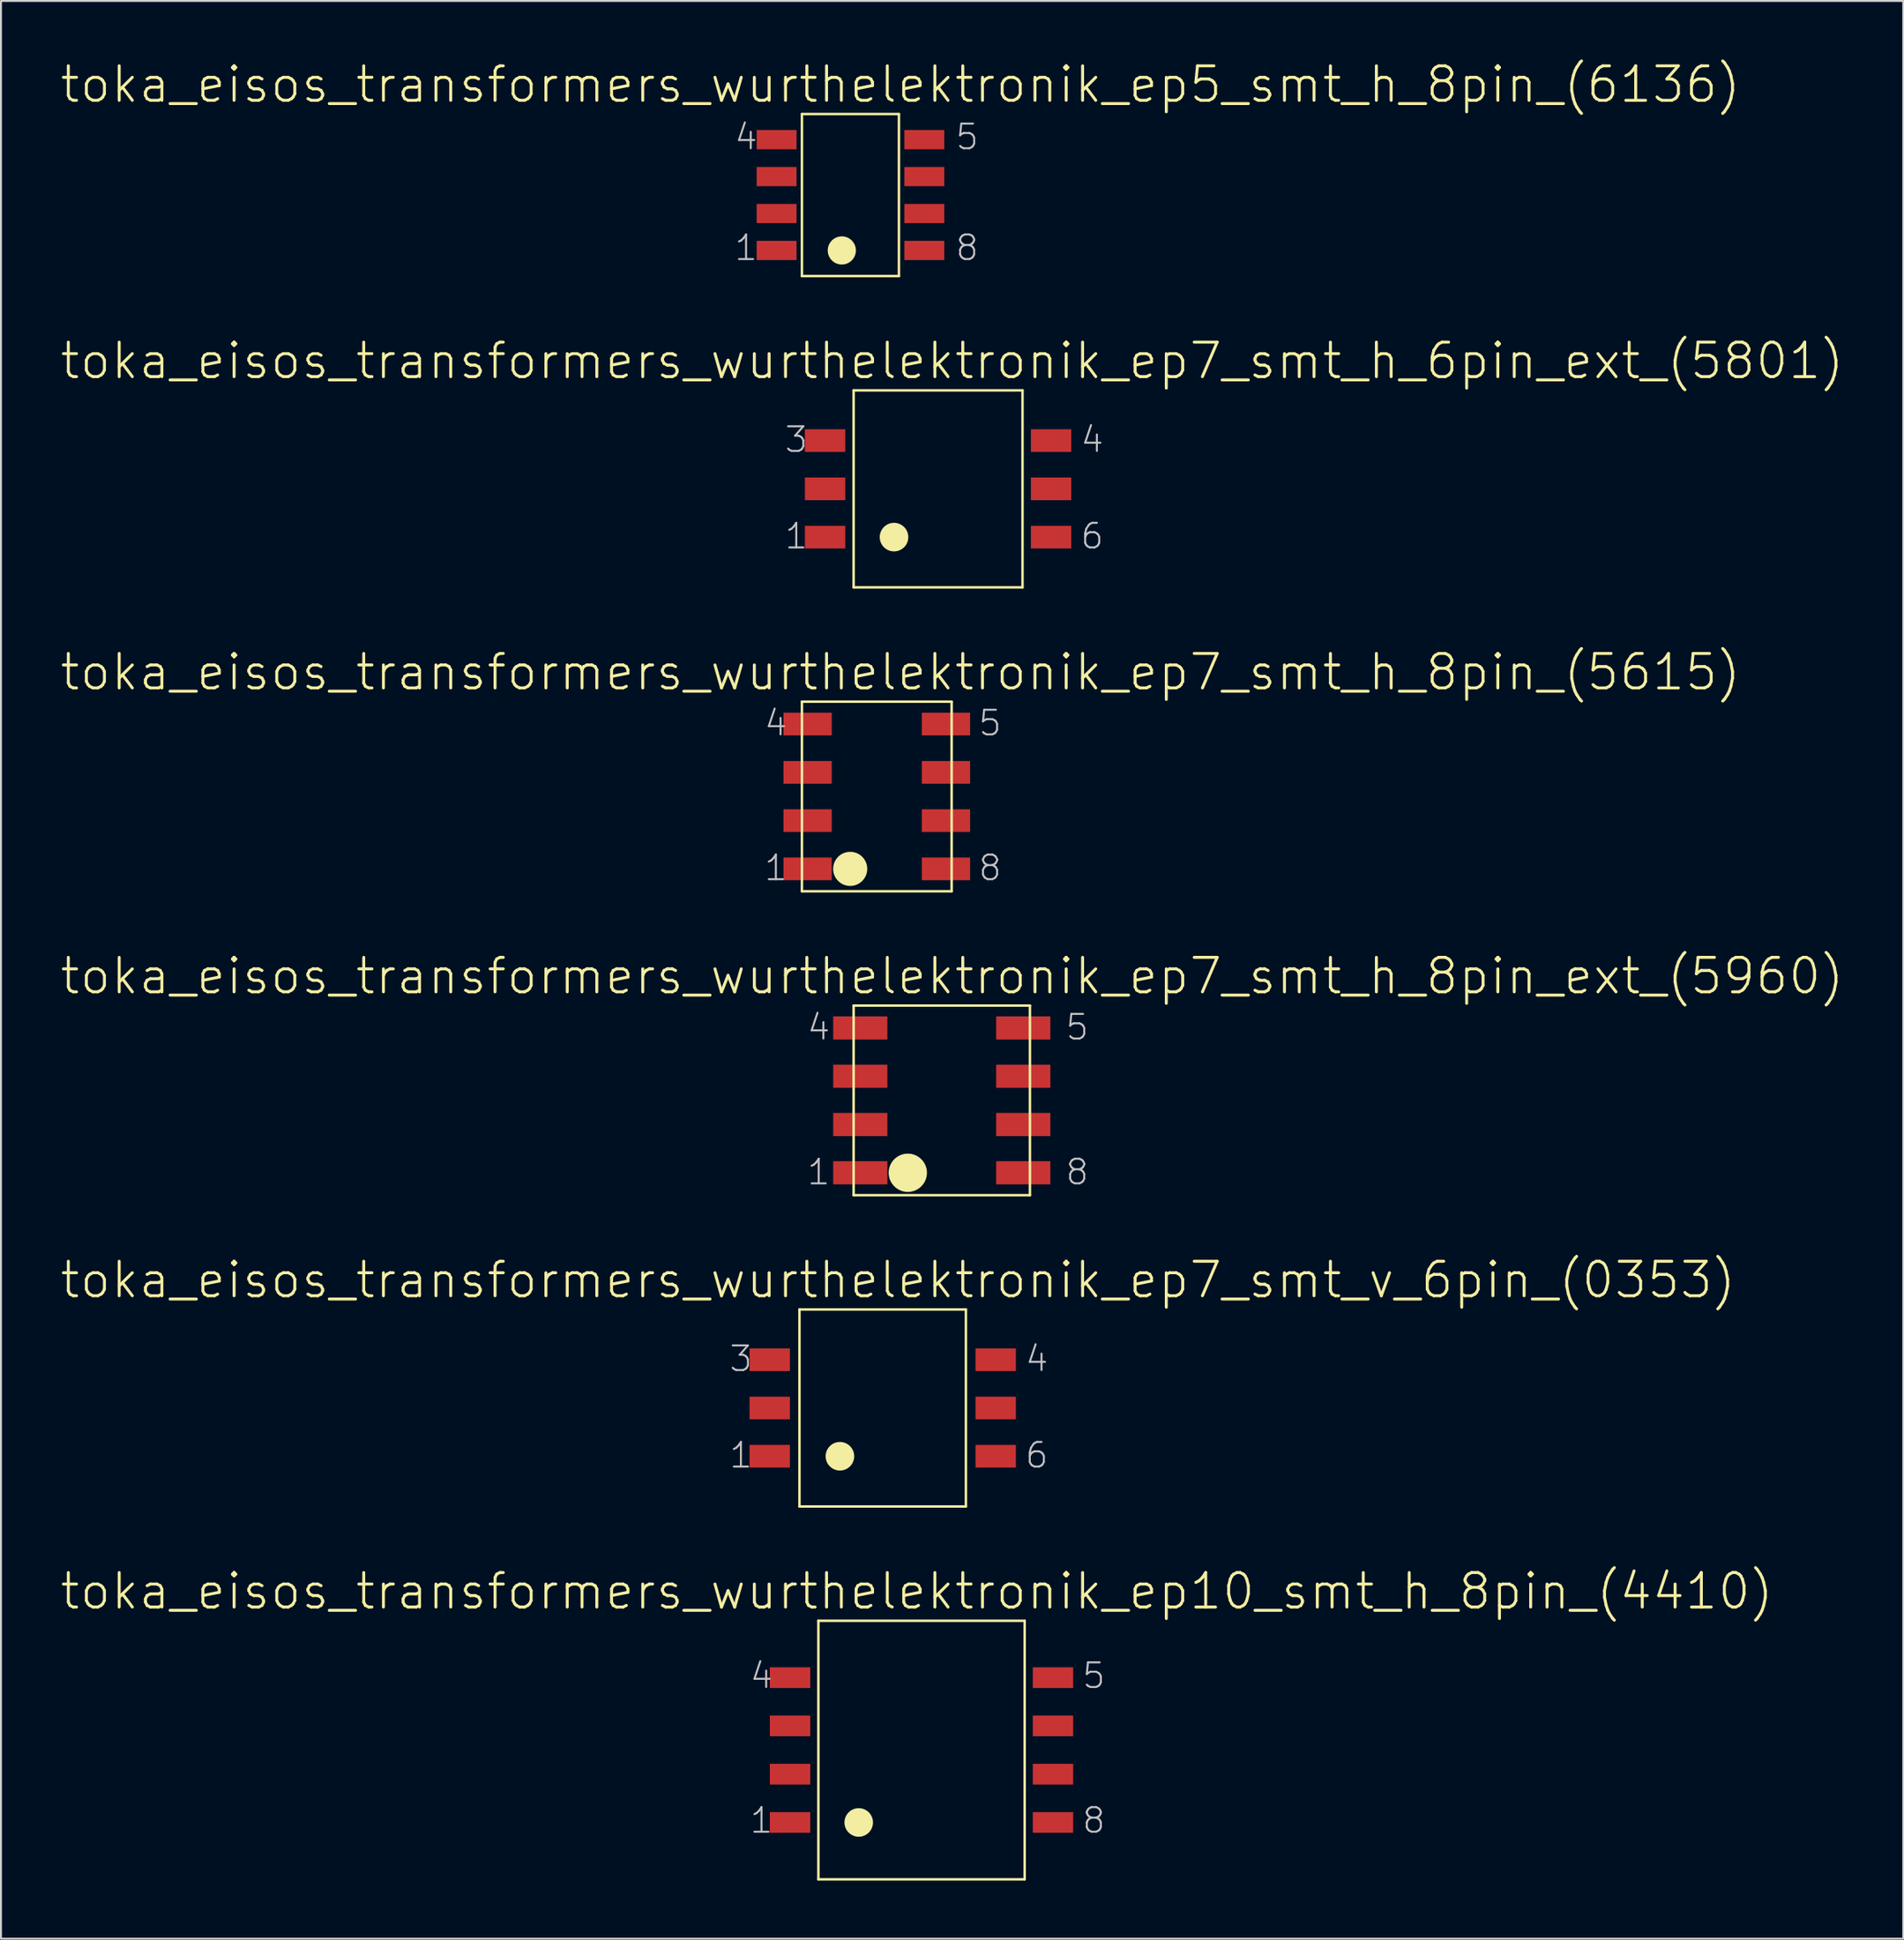
<source format=kicad_pcb>
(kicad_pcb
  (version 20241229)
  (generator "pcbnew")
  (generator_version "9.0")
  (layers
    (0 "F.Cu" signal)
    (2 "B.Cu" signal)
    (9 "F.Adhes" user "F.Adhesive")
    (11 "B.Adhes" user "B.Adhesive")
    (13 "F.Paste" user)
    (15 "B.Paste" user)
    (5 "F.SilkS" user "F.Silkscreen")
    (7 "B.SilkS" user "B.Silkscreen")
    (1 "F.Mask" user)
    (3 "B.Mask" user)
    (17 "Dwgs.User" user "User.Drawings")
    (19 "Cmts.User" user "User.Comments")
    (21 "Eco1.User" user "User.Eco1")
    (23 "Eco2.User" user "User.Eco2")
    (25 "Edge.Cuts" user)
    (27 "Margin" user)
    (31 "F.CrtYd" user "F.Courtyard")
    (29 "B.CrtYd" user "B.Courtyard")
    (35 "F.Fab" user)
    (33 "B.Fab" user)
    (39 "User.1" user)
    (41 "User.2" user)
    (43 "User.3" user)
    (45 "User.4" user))
  (footprint "toka_eisos_transformers_wurthelektronik_ep7_smt_h_8pin_(5615)"
    (layer "F.Cu")
    (at 42.181 38.028)
    (property "Reference" "toka_eisos_transformers_wurthelektronik_ep7_smt_h_8pin_(5615)" (at 1.219 -6.413 0) (layer "F.SilkS") (effects (font (size 1.778 1.778) (thickness 0.152))))
    (attr smd)
    (fp_line (start -3.861 -4.889) (end -3.861 4.889) (stroke (width 0.127) (type solid)) (layer "F.SilkS"))
    (fp_line (start -3.861 -4.889) (end 3.861 -4.889) (stroke (width 0.127) (type solid)) (layer "F.SilkS"))
    (fp_line (start -3.861 4.889) (end 3.861 4.889) (stroke (width 0.127) (type solid)) (layer "F.SilkS"))
    (fp_line (start 3.861 -4.889) (end 3.861 4.889) (stroke (width 0.127) (type solid)) (layer "F.SilkS"))
    (fp_circle (center -1.372 3.734) (end -1.994 4.356) (stroke (width 0) (type solid)) (fill yes) (layer "F.SilkS"))
    (fp_text user "8" (at 5.842 3.683 0) (layer "Dwgs.User") (effects (font (size 1.27 1.27) (thickness 0.102))))
    (fp_text user "1" (at -5.207 3.683 0) (layer "Dwgs.User") (effects (font (size 1.27 1.27) (thickness 0.102))))
    (fp_text user "4" (at -5.207 -3.785 0) (layer "Dwgs.User") (effects (font (size 1.27 1.27) (thickness 0.102))))
    (fp_text user "5" (at 5.842 -3.785 0) (layer "Dwgs.User") (effects (font (size 1.27 1.27) (thickness 0.102))))
    (pad "1" smd rect (at -3.569 3.734) (size 2.489 1.168) (layers "F.Cu" "F.Mask" "F.Paste"))
    (pad "2" smd rect (at -3.569 1.245) (size 2.489 1.168) (layers "F.Cu" "F.Mask" "F.Paste"))
    (pad "3" smd rect (at -3.569 -1.245) (size 2.489 1.168) (layers "F.Cu" "F.Mask" "F.Paste"))
    (pad "4" smd rect (at -3.569 -3.734) (size 2.489 1.168) (layers "F.Cu" "F.Mask" "F.Paste"))
    (pad "5" smd rect (at 3.569 -3.734) (size 2.489 1.168) (layers "F.Cu" "F.Mask" "F.Paste"))
    (pad "6" smd rect (at 3.569 -1.245) (size 2.489 1.168) (layers "F.Cu" "F.Mask" "F.Paste"))
    (pad "7" smd rect (at 3.569 1.245) (size 2.489 1.168) (layers "F.Cu" "F.Mask" "F.Paste"))
    (pad "8" smd rect (at 3.569 3.734) (size 2.489 1.168) (layers "F.Cu" "F.Mask" "F.Paste")))
  (footprint "toka_eisos_transformers_wurthelektronik_ep7_smt_h_8pin_ext_(5960)"
    (layer "F.Cu")
    (at 45.534 53.702)
    (property "Reference" "toka_eisos_transformers_wurthelektronik_ep7_smt_h_8pin_ext_(5960)" (at 0.533 -6.413 0) (layer "F.SilkS") (effects (font (size 1.778 1.778) (thickness 0.152))))
    (attr smd)
    (fp_line (start -4.547 -4.889) (end -4.547 4.889) (stroke (width 0.127) (type solid)) (layer "F.SilkS"))
    (fp_line (start -4.547 -4.889) (end 4.547 -4.889) (stroke (width 0.127) (type solid)) (layer "F.SilkS"))
    (fp_line (start -4.547 4.889) (end 4.547 4.889) (stroke (width 0.127) (type solid)) (layer "F.SilkS"))
    (fp_line (start 4.547 -4.889) (end 4.547 4.889) (stroke (width 0.127) (type solid)) (layer "F.SilkS"))
    (fp_circle (center -1.753 3.734) (end -2.451 4.432) (stroke (width 0) (type solid)) (fill yes) (layer "F.SilkS"))
    (fp_text user "4" (at -6.35 -3.772 0) (layer "Dwgs.User") (effects (font (size 1.27 1.27) (thickness 0.102))))
    (fp_text user "8" (at 6.985 3.696 0) (layer "Dwgs.User") (effects (font (size 1.27 1.27) (thickness 0.102))))
    (fp_text user "1" (at -6.35 3.696 0) (layer "Dwgs.User") (effects (font (size 1.27 1.27) (thickness 0.102))))
    (fp_text user "5" (at 6.985 -3.772 0) (layer "Dwgs.User") (effects (font (size 1.27 1.27) (thickness 0.102))))
    (pad "1" smd rect (at -4.204 3.734) (size 2.794 1.194) (layers "F.Cu" "F.Mask" "F.Paste"))
    (pad "2" smd rect (at -4.204 1.245) (size 2.794 1.194) (layers "F.Cu" "F.Mask" "F.Paste"))
    (pad "3" smd rect (at -4.204 -1.245) (size 2.794 1.194) (layers "F.Cu" "F.Mask" "F.Paste"))
    (pad "4" smd rect (at -4.204 -3.734) (size 2.794 1.194) (layers "F.Cu" "F.Mask" "F.Paste"))
    (pad "5" smd rect (at 4.204 -3.734) (size 2.794 1.194) (layers "F.Cu" "F.Mask" "F.Paste"))
    (pad "6" smd rect (at 4.204 -1.245) (size 2.794 1.194) (layers "F.Cu" "F.Mask" "F.Paste"))
    (pad "7" smd rect (at 4.204 1.245) (size 2.794 1.194) (layers "F.Cu" "F.Mask" "F.Paste"))
    (pad "8" smd rect (at 4.204 3.734) (size 2.794 1.194) (layers "F.Cu" "F.Mask" "F.Paste")))
  (footprint "toka_eisos_transformers_wurthelektronik_ep7_smt_h_6pin_ext_(5801)"
    (layer "F.Cu")
    (at 45.343 22.163)
    (property "Reference" "toka_eisos_transformers_wurthelektronik_ep7_smt_h_6pin_ext_(5801)" (at 0.724 -6.604 0) (layer "F.SilkS") (effects (font (size 1.778 1.778) (thickness 0.152))))
    (attr smd)
    (fp_line (start -4.356 -5.08) (end -4.356 5.08) (stroke (width 0.127) (type solid)) (layer "F.SilkS"))
    (fp_line (start -4.356 -5.08) (end 4.356 -5.08) (stroke (width 0.127) (type solid)) (layer "F.SilkS"))
    (fp_line (start -4.356 5.08) (end 4.356 5.08) (stroke (width 0.127) (type solid)) (layer "F.SilkS"))
    (fp_line (start 4.356 -5.08) (end 4.356 5.08) (stroke (width 0.127) (type solid)) (layer "F.SilkS"))
    (fp_circle (center -2.273 2.489) (end -2.794 3.01) (stroke (width 0) (type solid)) (fill yes) (layer "F.SilkS"))
    (fp_text user "4" (at 7.95 -2.54 0) (layer "Dwgs.User") (effects (font (size 1.27 1.27) (thickness 0.102))))
    (fp_text user "1" (at -7.315 2.438 0) (layer "Dwgs.User") (effects (font (size 1.27 1.27) (thickness 0.102))))
    (fp_text user "6" (at 7.95 2.438 0) (layer "Dwgs.User") (effects (font (size 1.27 1.27) (thickness 0.102))))
    (fp_text user "3" (at -7.315 -2.54 0) (layer "Dwgs.User") (effects (font (size 1.27 1.27) (thickness 0.102))))
    (pad "1" smd rect (at -5.829 2.489) (size 2.083 1.168) (layers "F.Cu" "F.Mask" "F.Paste"))
    (pad "2" smd rect (at -5.829 0) (size 2.083 1.168) (layers "F.Cu" "F.Mask" "F.Paste"))
    (pad "3" smd rect (at -5.829 -2.489) (size 2.083 1.168) (layers "F.Cu" "F.Mask" "F.Paste"))
    (pad "4" smd rect (at 5.829 -2.489) (size 2.083 1.168) (layers "F.Cu" "F.Mask" "F.Paste"))
    (pad "5" smd rect (at 5.829 0) (size 2.083 1.168) (layers "F.Cu" "F.Mask" "F.Paste"))
    (pad "6" smd rect (at 5.829 2.489) (size 2.083 1.168) (layers "F.Cu" "F.Mask" "F.Paste")))
  (footprint "toka_eisos_transformers_wurthelektronik_ep10_smt_h_8pin_(4410)"
    (layer "F.Cu")
    (at 44.488 87.209)
    (property "Reference" "toka_eisos_transformers_wurthelektronik_ep10_smt_h_8pin_(4410)" (at -0.241 -8.191 0) (layer "F.SilkS") (effects (font (size 1.778 1.778) (thickness 0.152))))
    (attr smd)
    (fp_line (start -5.321 -6.668) (end -5.321 6.668) (stroke (width 0.127) (type solid)) (layer "F.SilkS"))
    (fp_line (start -5.321 -6.668) (end 5.321 -6.668) (stroke (width 0.127) (type solid)) (layer "F.SilkS"))
    (fp_line (start -5.321 6.668) (end 5.321 6.668) (stroke (width 0.127) (type solid)) (layer "F.SilkS"))
    (fp_line (start 5.321 -6.668) (end 5.321 6.668) (stroke (width 0.127) (type solid)) (layer "F.SilkS"))
    (fp_circle (center -3.239 3.734) (end -3.759 4.255) (stroke (width 0) (type solid)) (fill yes) (layer "F.SilkS"))
    (fp_text user "8" (at 8.89 3.63 0) (layer "Dwgs.User") (effects (font (size 1.27 1.27) (thickness 0.102))))
    (fp_text user "5" (at 8.89 -3.835 0) (layer "Dwgs.User") (effects (font (size 1.27 1.27) (thickness 0.102))))
    (fp_text user "1" (at -8.255 3.63 0) (layer "Dwgs.User") (effects (font (size 1.27 1.27) (thickness 0.102))))
    (fp_text user "4" (at -8.255 -3.835 0) (layer "Dwgs.User") (effects (font (size 1.27 1.27) (thickness 0.102))))
    (pad "1" smd rect (at -6.782 3.734) (size 2.083 1.067) (layers "F.Cu" "F.Mask" "F.Paste"))
    (pad "2" smd rect (at -6.782 1.245) (size 2.083 1.067) (layers "F.Cu" "F.Mask" "F.Paste"))
    (pad "3" smd rect (at -6.782 -1.245) (size 2.083 1.067) (layers "F.Cu" "F.Mask" "F.Paste"))
    (pad "4" smd rect (at -6.782 -3.734) (size 2.083 1.067) (layers "F.Cu" "F.Mask" "F.Paste"))
    (pad "5" smd rect (at 6.782 -3.734) (size 2.083 1.067) (layers "F.Cu" "F.Mask" "F.Paste"))
    (pad "6" smd rect (at 6.782 -1.245) (size 2.083 1.067) (layers "F.Cu" "F.Mask" "F.Paste"))
    (pad "7" smd rect (at 6.782 1.245) (size 2.083 1.067) (layers "F.Cu" "F.Mask" "F.Paste"))
    (pad "8" smd rect (at 6.782 3.734) (size 2.083 1.067) (layers "F.Cu" "F.Mask" "F.Paste")))
  (footprint "toka_eisos_transformers_wurthelektronik_ep7_smt_v_6pin_(0353)"
    (layer "F.Cu")
    (at 42.486 69.567)
    (property "Reference" "toka_eisos_transformers_wurthelektronik_ep7_smt_v_6pin_(0353)" (at 0.787 -6.604 0) (layer "F.SilkS") (effects (font (size 1.778 1.778) (thickness 0.152))))
    (attr smd)
    (fp_line (start -4.293 -5.08) (end -4.293 5.08) (stroke (width 0.127) (type solid)) (layer "F.SilkS"))
    (fp_line (start -4.293 -5.08) (end 4.293 -5.08) (stroke (width 0.127) (type solid)) (layer "F.SilkS"))
    (fp_line (start -4.293 5.08) (end 4.293 5.08) (stroke (width 0.127) (type solid)) (layer "F.SilkS"))
    (fp_line (start 4.293 -5.08) (end 4.293 5.08) (stroke (width 0.127) (type solid)) (layer "F.SilkS"))
    (fp_circle (center -2.207 2.489) (end -2.728 3.01) (stroke (width 0) (type solid)) (fill yes) (layer "F.SilkS"))
    (fp_text user "3" (at -7.315 -2.54 0) (layer "Dwgs.User") (effects (font (size 1.27 1.27) (thickness 0.102))))
    (fp_text user "6" (at 7.95 2.438 0) (layer "Dwgs.User") (effects (font (size 1.27 1.27) (thickness 0.102))))
    (fp_text user "1" (at -7.315 2.438 0) (layer "Dwgs.User") (effects (font (size 1.27 1.27) (thickness 0.102))))
    (fp_text user "4" (at 7.95 -2.54 0) (layer "Dwgs.User") (effects (font (size 1.27 1.27) (thickness 0.102))))
    (pad "1" smd rect (at -5.829 2.489) (size 2.083 1.168) (layers "F.Cu" "F.Mask" "F.Paste"))
    (pad "2" smd rect (at -5.829 0) (size 2.083 1.168) (layers "F.Cu" "F.Mask" "F.Paste"))
    (pad "3" smd rect (at -5.829 -2.489) (size 2.083 1.168) (layers "F.Cu" "F.Mask" "F.Paste"))
    (pad "4" smd rect (at 5.829 -2.489) (size 2.083 1.168) (layers "F.Cu" "F.Mask" "F.Paste"))
    (pad "5" smd rect (at 5.829 0) (size 2.083 1.168) (layers "F.Cu" "F.Mask" "F.Paste"))
    (pad "6" smd rect (at 5.829 2.489) (size 2.083 1.168) (layers "F.Cu" "F.Mask" "F.Paste")))
  (footprint "toka_eisos_transformers_wurthelektronik_ep5_smt_h_8pin_(6136)"
    (layer "F.Cu")
    (at 40.822 7.01)
    (property "Reference" "toka_eisos_transformers_wurthelektronik_ep5_smt_h_8pin_(6136)" (at 2.578 -5.702 0) (layer "F.SilkS") (effects (font (size 1.778 1.778) (thickness 0.152))))
    (attr smd)
    (fp_line (start -2.502 -4.178) (end -2.502 4.178) (stroke (width 0.127) (type solid)) (layer "F.SilkS"))
    (fp_line (start -2.502 -4.178) (end 2.502 -4.178) (stroke (width 0.127) (type solid)) (layer "F.SilkS"))
    (fp_line (start -2.502 4.178) (end 2.502 4.178) (stroke (width 0.127) (type solid)) (layer "F.SilkS"))
    (fp_line (start 2.502 -4.178) (end 2.502 4.178) (stroke (width 0.127) (type solid)) (layer "F.SilkS"))
    (fp_circle (center -0.445 2.857) (end -0.958 3.371) (stroke (width 0) (type solid)) (fill yes) (layer "F.SilkS"))
    (fp_text user "1" (at -5.385 2.718 0) (layer "Dwgs.User") (effects (font (size 1.27 1.27) (thickness 0.102))))
    (fp_text user "4" (at -5.385 -2.997 0) (layer "Dwgs.User") (effects (font (size 1.27 1.27) (thickness 0.102))))
    (fp_text user "5" (at 6.02 -2.997 0) (layer "Dwgs.User") (effects (font (size 1.27 1.27) (thickness 0.102))))
    (fp_text user "8" (at 6.02 2.718 0) (layer "Dwgs.User") (effects (font (size 1.27 1.27) (thickness 0.102))))
    (pad "1" smd rect (at -3.81 2.857) (size 2.057 0.991) (layers "F.Cu" "F.Mask" "F.Paste"))
    (pad "2" smd rect (at -3.81 0.953) (size 2.057 0.991) (layers "F.Cu" "F.Mask" "F.Paste"))
    (pad "3" smd rect (at -3.81 -0.953) (size 2.057 0.991) (layers "F.Cu" "F.Mask" "F.Paste"))
    (pad "4" smd rect (at -3.81 -2.857) (size 2.057 0.991) (layers "F.Cu" "F.Mask" "F.Paste"))
    (pad "5" smd rect (at 3.81 -2.857) (size 2.057 0.991) (layers "F.Cu" "F.Mask" "F.Paste"))
    (pad "6" smd rect (at 3.81 -0.953) (size 2.057 0.991) (layers "F.Cu" "F.Mask" "F.Paste"))
    (pad "7" smd rect (at 3.81 0.953) (size 2.057 0.991) (layers "F.Cu" "F.Mask" "F.Paste"))
    (pad "8" smd rect (at 3.81 2.857) (size 2.057 0.991) (layers "F.Cu" "F.Mask" "F.Paste")))
  (gr_rect
    (start -3 -3)
    (end 95.134 96.94)
    (stroke (width 0.1) (type default))
    (fill no)
    (layer "Edge.Cuts")))
</source>
